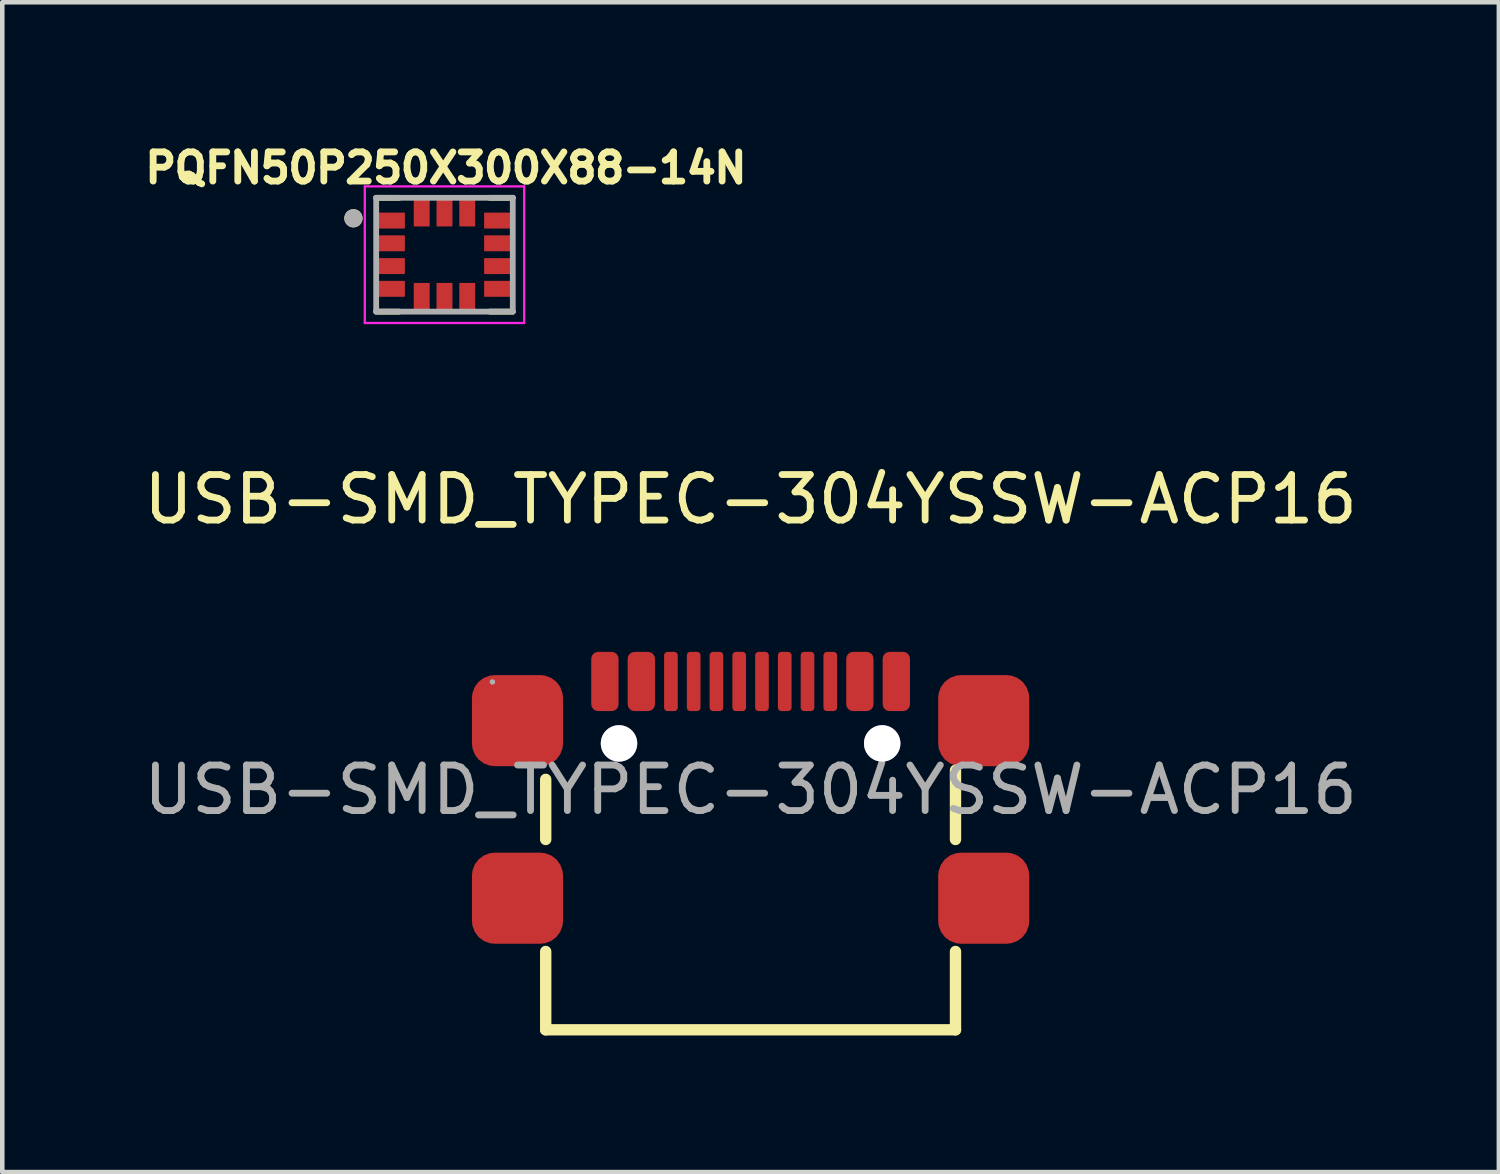
<source format=kicad_pcb>
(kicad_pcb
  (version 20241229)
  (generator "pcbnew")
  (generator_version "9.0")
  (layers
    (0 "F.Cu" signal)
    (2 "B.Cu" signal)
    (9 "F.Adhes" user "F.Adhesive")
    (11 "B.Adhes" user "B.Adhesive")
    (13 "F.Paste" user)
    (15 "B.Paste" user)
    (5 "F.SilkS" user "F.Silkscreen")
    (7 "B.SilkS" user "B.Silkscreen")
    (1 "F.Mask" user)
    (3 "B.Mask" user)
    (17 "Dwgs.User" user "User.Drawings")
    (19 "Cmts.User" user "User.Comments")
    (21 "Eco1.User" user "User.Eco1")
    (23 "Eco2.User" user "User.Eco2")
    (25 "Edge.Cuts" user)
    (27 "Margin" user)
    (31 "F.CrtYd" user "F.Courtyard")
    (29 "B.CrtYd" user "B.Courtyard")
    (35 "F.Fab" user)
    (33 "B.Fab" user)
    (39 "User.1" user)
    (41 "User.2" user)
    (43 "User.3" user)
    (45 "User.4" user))
  (footprint "USB-SMD_TYPEC-304YSSW-ACP16"
    (layer "F.Cu")
    (at 13.435 14.297)
    (property "Reference" "USB-SMD_TYPEC-304YSSW-ACP16" (at 0 -6.38 0) (layer "F.SilkS") (effects (font (size 1 1) (thickness 0.15))))
    (attr smd)
    (fp_line (start -4.5 1.09) (end -4.5 -0.23) (stroke (width 0.25) (type solid)) (layer "F.SilkS"))
    (fp_line (start -4.5 5.27) (end -4.5 3.55) (stroke (width 0.25) (type solid)) (layer "F.SilkS"))
    (fp_line (start -4.5 5.27) (end 4.5 5.27) (stroke (width 0.25) (type solid)) (layer "F.SilkS"))
    (fp_line (start 4.5 1.09) (end 4.5 -0.43) (stroke (width 0.25) (type solid)) (layer "F.SilkS"))
    (fp_line (start 4.5 5.27) (end 4.5 3.55) (stroke (width 0.25) (type solid)) (layer "F.SilkS"))
    (fp_circle (center -2.89 -1.02) (end -2.77 -1.02) (stroke (width 0.25) (type solid)) (fill no) (layer "Cmts.User"))
    (fp_circle (center 2.89 -1.02) (end 3.01 -1.02) (stroke (width 0.25) (type solid)) (fill no) (layer "Cmts.User"))
    (fp_circle (center -5.67 -2.37) (end -5.64 -2.37) (stroke (width 0.06) (type solid)) (fill no) (layer "F.Fab"))
    (fp_text user "${REFERENCE}" (at 0 0 0) (layer "F.Fab") (effects (font (size 1 1) (thickness 0.15))))
    (pad "" thru_hole circle (at -2.89 -1.02) (size 0.8 0.8) (drill 0.8) (layers "*.Cu" "*.Mask"))
    (pad "" thru_hole circle (at 2.89 -1.02) (size 0.8 0.8) (drill 0.8) (layers "*.Cu" "*.Mask"))
    (pad "13" smd roundrect (at -5.12 -1.52) (size 2 2) (layers "F.Cu" "F.Mask" "F.Paste") (roundrect_rratio 0.25))
    (pad "14" smd roundrect (at 5.12 -1.52) (size 2 2) (layers "F.Cu" "F.Mask" "F.Paste") (roundrect_rratio 0.25))
    (pad "15" smd roundrect (at -5.12 2.38) (size 2 2) (layers "F.Cu" "F.Mask" "F.Paste") (roundrect_rratio 0.25))
    (pad "16" smd roundrect (at 5.12 2.38) (size 2 2) (layers "F.Cu" "F.Mask" "F.Paste") (roundrect_rratio 0.25))
    (pad "A1B12" smd roundrect (at -3.2 -2.38) (size 0.6 1.3) (layers "F.Cu" "F.Mask" "F.Paste") (roundrect_rratio 0.25))
    (pad "A4B9" smd roundrect (at -2.4 -2.38) (size 0.6 1.3) (layers "F.Cu" "F.Mask" "F.Paste") (roundrect_rratio 0.25))
    (pad "A5" smd roundrect (at -1.25 -2.38) (size 0.3 1.3) (layers "F.Cu" "F.Mask" "F.Paste") (roundrect_rratio 0.25))
    (pad "A6" smd roundrect (at -0.25 -2.38) (size 0.3 1.3) (layers "F.Cu" "F.Mask" "F.Paste") (roundrect_rratio 0.25))
    (pad "A7" smd roundrect (at 0.25 -2.38) (size 0.3 1.3) (layers "F.Cu" "F.Mask" "F.Paste") (roundrect_rratio 0.25))
    (pad "A8" smd roundrect (at 1.25 -2.38) (size 0.3 1.3) (layers "F.Cu" "F.Mask" "F.Paste") (roundrect_rratio 0.25))
    (pad "B1A12" smd roundrect (at 3.2 -2.38) (size 0.6 1.3) (layers "F.Cu" "F.Mask" "F.Paste") (roundrect_rratio 0.25))
    (pad "B4A9" smd roundrect (at 2.4 -2.38) (size 0.6 1.3) (layers "F.Cu" "F.Mask" "F.Paste") (roundrect_rratio 0.25))
    (pad "B5" smd roundrect (at 1.75 -2.38) (size 0.3 1.3) (layers "F.Cu" "F.Mask" "F.Paste") (roundrect_rratio 0.25))
    (pad "B6" smd roundrect (at 0.75 -2.38) (size 0.3 1.3) (layers "F.Cu" "F.Mask" "F.Paste") (roundrect_rratio 0.25))
    (pad "B7" smd roundrect (at -0.75 -2.38) (size 0.3 1.3) (layers "F.Cu" "F.Mask" "F.Paste") (roundrect_rratio 0.25))
    (pad "B8" smd roundrect (at -1.75 -2.38) (size 0.3 1.3) (layers "F.Cu" "F.Mask" "F.Paste") (roundrect_rratio 0.25)))
  (footprint "PQFN50P250X300X88-14N"
    (layer "F.Cu")
    (at 6.712 2.544)
    (property "Reference" "PQFN50P250X300X88-14N" (at 0.032 -1.906 0) (layer "F.SilkS") (effects (font (size 0.64 0.64) (thickness 0.15))))
    (attr smd)
    (fp_line (start -1.5 -1.25) (end -0.995 -1.25) (stroke (width 0.127) (type solid)) (layer "F.SilkS"))
    (fp_line (start -1.5 1.25) (end -0.995 1.25) (stroke (width 0.127) (type solid)) (layer "F.SilkS"))
    (fp_line (start 1.5 -1.25) (end 0.995 -1.25) (stroke (width 0.127) (type solid)) (layer "F.SilkS"))
    (fp_line (start 1.5 1.25) (end 0.995 1.25) (stroke (width 0.127) (type solid)) (layer "F.SilkS"))
    (fp_circle (center -2 -0.8) (end -1.9 -0.8) (stroke (width 0.2) (type solid)) (fill no) (layer "F.SilkS"))
    (fp_line (start -1.75 -1.5) (end 1.75 -1.5) (stroke (width 0.05) (type solid)) (layer "F.CrtYd"))
    (fp_line (start -1.75 1.5) (end -1.75 -1.5) (stroke (width 0.05) (type solid)) (layer "F.CrtYd"))
    (fp_line (start 1.75 -1.5) (end 1.75 1.5) (stroke (width 0.05) (type solid)) (layer "F.CrtYd"))
    (fp_line (start 1.75 1.5) (end -1.75 1.5) (stroke (width 0.05) (type solid)) (layer "F.CrtYd"))
    (fp_line (start -1.5 -1.25) (end 1.5 -1.25) (stroke (width 0.127) (type solid)) (layer "F.Fab"))
    (fp_line (start -1.5 1.25) (end -1.5 -1.25) (stroke (width 0.127) (type solid)) (layer "F.Fab"))
    (fp_line (start 1.5 -1.25) (end 1.5 1.25) (stroke (width 0.127) (type solid)) (layer "F.Fab"))
    (fp_line (start 1.5 1.25) (end -1.5 1.25) (stroke (width 0.127) (type solid)) (layer "F.Fab"))
    (fp_circle (center -2 -0.8) (end -1.9 -0.8) (stroke (width 0.2) (type solid)) (fill no) (layer "F.Fab"))
    (pad "1" smd roundrect (at -1.165 -0.75) (size 0.59 0.35) (layers "F.Cu" "F.Mask" "F.Paste") (roundrect_rratio 0.04))
    (pad "2" smd roundrect (at -1.165 -0.25) (size 0.59 0.35) (layers "F.Cu" "F.Mask" "F.Paste") (roundrect_rratio 0.04))
    (pad "3" smd roundrect (at -1.165 0.25) (size 0.59 0.35) (layers "F.Cu" "F.Mask" "F.Paste") (roundrect_rratio 0.04))
    (pad "4" smd roundrect (at -1.165 0.75) (size 0.59 0.35) (layers "F.Cu" "F.Mask" "F.Paste") (roundrect_rratio 0.04))
    (pad "5" smd roundrect (at -0.5 0.915 90) (size 0.59 0.35) (layers "F.Cu" "F.Mask" "F.Paste") (roundrect_rratio 0.04))
    (pad "6" smd roundrect (at 0 0.915 90) (size 0.59 0.35) (layers "F.Cu" "F.Mask" "F.Paste") (roundrect_rratio 0.04))
    (pad "7" smd roundrect (at 0.5 0.915 90) (size 0.59 0.35) (layers "F.Cu" "F.Mask" "F.Paste") (roundrect_rratio 0.04))
    (pad "8" smd roundrect (at 1.165 0.75 180) (size 0.59 0.35) (layers "F.Cu" "F.Mask" "F.Paste") (roundrect_rratio 0.04))
    (pad "9" smd roundrect (at 1.165 0.25 180) (size 0.59 0.35) (layers "F.Cu" "F.Mask" "F.Paste") (roundrect_rratio 0.04))
    (pad "10" smd roundrect (at 1.165 -0.25 180) (size 0.59 0.35) (layers "F.Cu" "F.Mask" "F.Paste") (roundrect_rratio 0.04))
    (pad "11" smd roundrect (at 1.165 -0.75 180) (size 0.59 0.35) (layers "F.Cu" "F.Mask" "F.Paste") (roundrect_rratio 0.04))
    (pad "12" smd roundrect (at 0.5 -0.915 270) (size 0.59 0.35) (layers "F.Cu" "F.Mask" "F.Paste") (roundrect_rratio 0.04))
    (pad "13" smd roundrect (at 0 -0.915 270) (size 0.59 0.35) (layers "F.Cu" "F.Mask" "F.Paste") (roundrect_rratio 0.04))
    (pad "14" smd roundrect (at -0.5 -0.915 270) (size 0.59 0.35) (layers "F.Cu" "F.Mask" "F.Paste") (roundrect_rratio 0.04)))
  (gr_rect
    (start -3 -3)
    (end 29.869 22.692)
    (stroke (width 0.1) (type default))
    (fill no)
    (layer "Edge.Cuts")))
</source>
